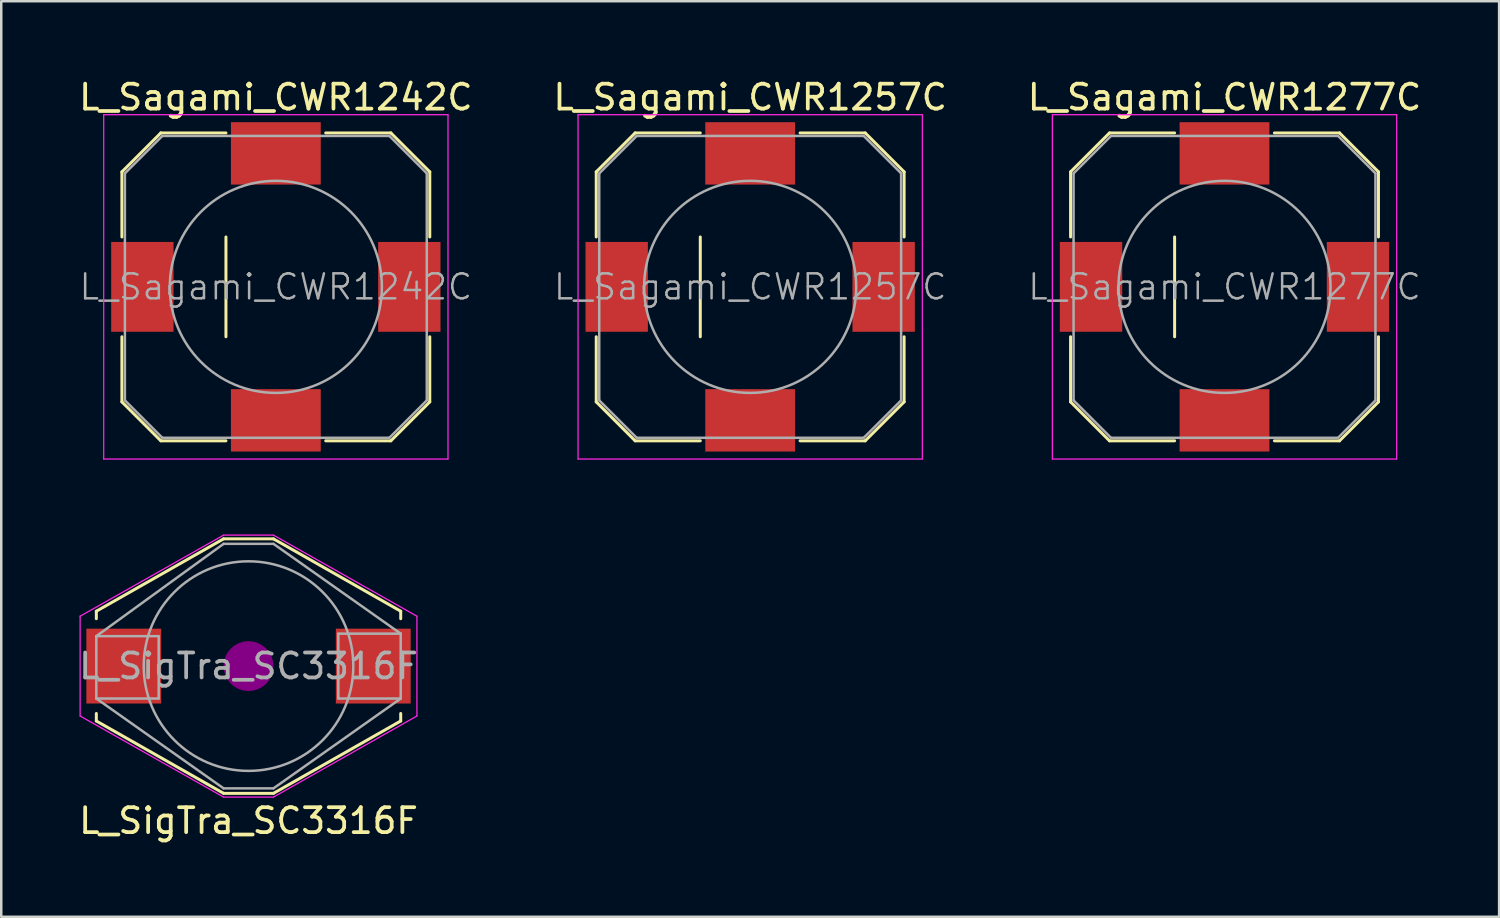
<source format=kicad_pcb>
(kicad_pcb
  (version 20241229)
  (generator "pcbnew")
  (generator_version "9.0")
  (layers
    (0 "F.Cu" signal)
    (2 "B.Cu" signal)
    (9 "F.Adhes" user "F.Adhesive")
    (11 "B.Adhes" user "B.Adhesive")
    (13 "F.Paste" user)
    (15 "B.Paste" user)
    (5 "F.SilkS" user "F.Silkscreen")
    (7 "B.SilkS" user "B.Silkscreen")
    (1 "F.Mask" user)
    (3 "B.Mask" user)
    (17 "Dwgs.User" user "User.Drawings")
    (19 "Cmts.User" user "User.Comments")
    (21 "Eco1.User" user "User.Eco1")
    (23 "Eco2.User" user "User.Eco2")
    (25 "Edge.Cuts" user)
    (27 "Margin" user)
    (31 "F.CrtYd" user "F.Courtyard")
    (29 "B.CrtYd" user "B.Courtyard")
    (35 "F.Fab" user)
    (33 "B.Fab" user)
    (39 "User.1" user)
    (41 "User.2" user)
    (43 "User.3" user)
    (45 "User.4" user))
  (footprint "L_SigTra_SC3316F"
    (layer "F.Cu")
    (at 6.911 23.648)
    (property "Reference" "L_SigTra_SC3316F" (at 0 6.2 0) (layer "F.SilkS") (effects (font (size 1 1) (thickness 0.15))))
    (attr smd)
    (fp_line (start -6.1 -2.2) (end -1 -5.1) (stroke (width 0.12) (type solid)) (layer "F.SilkS"))
    (fp_line (start -6.1 -1.9) (end -6.1 -2.2) (stroke (width 0.12) (type solid)) (layer "F.SilkS"))
    (fp_line (start -6.1 1.9) (end -6.1 2.2) (stroke (width 0.12) (type solid)) (layer "F.SilkS"))
    (fp_line (start -6.1 2.2) (end -1 5.1) (stroke (width 0.12) (type solid)) (layer "F.SilkS"))
    (fp_line (start 1 -5.1) (end -1 -5.1) (stroke (width 0.12) (type solid)) (layer "F.SilkS"))
    (fp_line (start 1 5.1) (end -1 5.1) (stroke (width 0.12) (type solid)) (layer "F.SilkS"))
    (fp_line (start 6.1 -2.2) (end 1 -5.1) (stroke (width 0.12) (type solid)) (layer "F.SilkS"))
    (fp_line (start 6.1 -1.9) (end 6.1 -2.2) (stroke (width 0.12) (type solid)) (layer "F.SilkS"))
    (fp_line (start 6.1 1.9) (end 6.1 2.2) (stroke (width 0.12) (type solid)) (layer "F.SilkS"))
    (fp_line (start 6.1 2.2) (end 1 5.1) (stroke (width 0.12) (type solid)) (layer "F.SilkS"))
    (fp_circle (center 0 0) (end 0.5 0) (stroke (width 1) (type solid)) (fill no) (layer "F.Adhes"))
    (fp_line (start -6.75 -2) (end -6.75 2) (stroke (width 0.05) (type solid)) (layer "F.CrtYd"))
    (fp_line (start -6.75 2) (end -1 5.25) (stroke (width 0.05) (type solid)) (layer "F.CrtYd"))
    (fp_line (start -1 -5.25) (end -6.75 -2) (stroke (width 0.05) (type solid)) (layer "F.CrtYd"))
    (fp_line (start -1 -5.25) (end 1 -5.25) (stroke (width 0.05) (type solid)) (layer "F.CrtYd"))
    (fp_line (start -1 5.25) (end 1 5.25) (stroke (width 0.05) (type solid)) (layer "F.CrtYd"))
    (fp_line (start 1 -5.25) (end 6.75 -2) (stroke (width 0.05) (type solid)) (layer "F.CrtYd"))
    (fp_line (start 1 5.25) (end 6.75 2) (stroke (width 0.05) (type solid)) (layer "F.CrtYd"))
    (fp_line (start 6.75 2) (end 6.75 -2) (stroke (width 0.05) (type solid)) (layer "F.CrtYd"))
    (fp_line (start -6.1 -1.2) (end -3.6 -1.2) (stroke (width 0.1) (type solid)) (layer "F.Fab"))
    (fp_line (start -6.1 1.3) (end -6.1 -1.2) (stroke (width 0.1) (type solid)) (layer "F.Fab"))
    (fp_line (start -3.6 -1.2) (end -3.6 0) (stroke (width 0.1) (type solid)) (layer "F.Fab"))
    (fp_line (start -3.6 0) (end -3.6 1.3) (stroke (width 0.1) (type solid)) (layer "F.Fab"))
    (fp_line (start -3.6 1.3) (end -6.1 1.3) (stroke (width 0.1) (type solid)) (layer "F.Fab"))
    (fp_line (start -1 -4.9) (end -6.1 -1.2) (stroke (width 0.1) (type solid)) (layer "F.Fab"))
    (fp_line (start -1 4.9) (end -6.1 1.3) (stroke (width 0.1) (type solid)) (layer "F.Fab"))
    (fp_line (start 1 -4.9) (end -1 -4.9) (stroke (width 0.1) (type solid)) (layer "F.Fab"))
    (fp_line (start 1 -4.9) (end 6.1 -1.3) (stroke (width 0.1) (type solid)) (layer "F.Fab"))
    (fp_line (start 1 4.9) (end -1 4.9) (stroke (width 0.1) (type solid)) (layer "F.Fab"))
    (fp_line (start 3.6 -1.3) (end 6.1 -1.3) (stroke (width 0.1) (type solid)) (layer "F.Fab"))
    (fp_line (start 3.6 1.3) (end 3.6 -1.3) (stroke (width 0.1) (type solid)) (layer "F.Fab"))
    (fp_line (start 6.1 -1.3) (end 6.1 1.3) (stroke (width 0.1) (type solid)) (layer "F.Fab"))
    (fp_line (start 6.1 1.3) (end 1 4.9) (stroke (width 0.1) (type solid)) (layer "F.Fab"))
    (fp_line (start 6.1 1.3) (end 3.6 1.3) (stroke (width 0.1) (type solid)) (layer "F.Fab"))
    (fp_circle (center 0 0) (end 4.2 0) (stroke (width 0.1) (type solid)) (fill no) (layer "F.Fab"))
    (fp_text user "${REFERENCE}" (at 0 0 0) (layer "F.Fab") (effects (font (size 1 1) (thickness 0.15))))
    (pad "1" smd rect (at -5 0) (size 3 3) (layers "F.Cu" "F.Mask" "F.Paste"))
    (pad "2" smd rect (at 5 0) (size 3 3) (layers "F.Cu" "F.Mask" "F.Paste")))
  (footprint "L_Sagami_CWR1257C"
    (layer "F.Cu")
    (at 27.018 8.448)
    (property "Reference" "L_Sagami_CWR1257C" (at 0 -7.6 0) (layer "F.SilkS") (effects (font (size 1 1) (thickness 0.15))))
    (attr smd)
    (fp_line (start -6.17 -4.61) (end -6.17 -2) (stroke (width 0.12) (type solid)) (layer "F.SilkS"))
    (fp_line (start -6.17 2) (end -6.17 4.61) (stroke (width 0.12) (type solid)) (layer "F.SilkS"))
    (fp_line (start -4.61 -6.17) (end -6.17 -4.61) (stroke (width 0.12) (type solid)) (layer "F.SilkS"))
    (fp_line (start -4.61 -6.17) (end -2 -6.17) (stroke (width 0.12) (type solid)) (layer "F.SilkS"))
    (fp_line (start -4.61 6.17) (end -6.17 4.61) (stroke (width 0.12) (type solid)) (layer "F.SilkS"))
    (fp_line (start -4.61 6.17) (end -2 6.17) (stroke (width 0.12) (type solid)) (layer "F.SilkS"))
    (fp_line (start -2 -2) (end -2 2) (stroke (width 0.12) (type solid)) (layer "F.SilkS"))
    (fp_line (start 2 6.17) (end 4.61 6.17) (stroke (width 0.12) (type solid)) (layer "F.SilkS"))
    (fp_line (start 4.61 -6.17) (end 2 -6.17) (stroke (width 0.12) (type solid)) (layer "F.SilkS"))
    (fp_line (start 4.61 -6.17) (end 6.17 -4.61) (stroke (width 0.12) (type solid)) (layer "F.SilkS"))
    (fp_line (start 4.61 6.17) (end 6.17 4.61) (stroke (width 0.12) (type solid)) (layer "F.SilkS"))
    (fp_line (start 6.17 -2) (end 6.17 -4.61) (stroke (width 0.12) (type solid)) (layer "F.SilkS"))
    (fp_line (start 6.17 4.61) (end 6.17 2) (stroke (width 0.12) (type solid)) (layer "F.SilkS"))
    (fp_line (start -6.9 -6.9) (end -6.9 6.9) (stroke (width 0.05) (type solid)) (layer "F.CrtYd"))
    (fp_line (start -6.9 -6.9) (end 6.9 -6.9) (stroke (width 0.05) (type solid)) (layer "F.CrtYd"))
    (fp_line (start -6.9 6.9) (end 6.9 6.9) (stroke (width 0.05) (type solid)) (layer "F.CrtYd"))
    (fp_line (start 6.9 -6.9) (end 6.9 6.9) (stroke (width 0.05) (type solid)) (layer "F.CrtYd"))
    (fp_line (start -6.05 -4.55) (end -4.55 -6.05) (stroke (width 0.1) (type solid)) (layer "F.Fab"))
    (fp_line (start -6.05 4.55) (end -6.05 -4.55) (stroke (width 0.1) (type solid)) (layer "F.Fab"))
    (fp_line (start -6.05 4.55) (end -4.55 6.05) (stroke (width 0.1) (type solid)) (layer "F.Fab"))
    (fp_line (start -4.55 -6.05) (end 4.55 -6.05) (stroke (width 0.1) (type solid)) (layer "F.Fab"))
    (fp_line (start 4.55 -6.05) (end 6.05 -4.55) (stroke (width 0.1) (type solid)) (layer "F.Fab"))
    (fp_line (start 4.55 6.05) (end -4.55 6.05) (stroke (width 0.1) (type solid)) (layer "F.Fab"))
    (fp_line (start 4.55 6.05) (end 6.05 4.55) (stroke (width 0.1) (type solid)) (layer "F.Fab"))
    (fp_line (start 6.05 -4.55) (end 6.05 4.55) (stroke (width 0.1) (type solid)) (layer "F.Fab"))
    (fp_circle (center 0 0) (end 4.25 0) (stroke (width 0.1) (type solid)) (fill no) (layer "F.Fab"))
    (fp_text user "${REFERENCE}" (at 0 0 0) (layer "F.Fab") (effects (font (size 1 1) (thickness 0.1))))
    (pad "1" smd rect (at -5.35 0) (size 2.5 3.6) (layers "F.Cu" "F.Mask" "F.Paste"))
    (pad "1" smd rect (at 0 5.35) (size 3.6 2.5) (layers "F.Cu" "F.Mask" "F.Paste"))
    (pad "2" smd rect (at 0 -5.35) (size 3.6 2.5) (layers "F.Cu" "F.Mask" "F.Paste"))
    (pad "2" smd rect (at 5.35 0) (size 2.5 3.6) (layers "F.Cu" "F.Mask" "F.Paste")))
  (footprint "L_Sagami_CWR1242C"
    (layer "F.Cu")
    (at 8.006 8.448)
    (property "Reference" "L_Sagami_CWR1242C" (at 0 -7.6 0) (layer "F.SilkS") (effects (font (size 1 1) (thickness 0.15))))
    (attr smd)
    (fp_line (start -6.17 -4.61) (end -6.17 -2) (stroke (width 0.12) (type solid)) (layer "F.SilkS"))
    (fp_line (start -6.17 2) (end -6.17 4.61) (stroke (width 0.12) (type solid)) (layer "F.SilkS"))
    (fp_line (start -4.61 -6.17) (end -6.17 -4.61) (stroke (width 0.12) (type solid)) (layer "F.SilkS"))
    (fp_line (start -4.61 -6.17) (end -2 -6.17) (stroke (width 0.12) (type solid)) (layer "F.SilkS"))
    (fp_line (start -4.61 6.17) (end -6.17 4.61) (stroke (width 0.12) (type solid)) (layer "F.SilkS"))
    (fp_line (start -4.61 6.17) (end -2 6.17) (stroke (width 0.12) (type solid)) (layer "F.SilkS"))
    (fp_line (start -2 -2) (end -2 2) (stroke (width 0.12) (type solid)) (layer "F.SilkS"))
    (fp_line (start 2 6.17) (end 4.61 6.17) (stroke (width 0.12) (type solid)) (layer "F.SilkS"))
    (fp_line (start 4.61 -6.17) (end 2 -6.17) (stroke (width 0.12) (type solid)) (layer "F.SilkS"))
    (fp_line (start 4.61 -6.17) (end 6.17 -4.61) (stroke (width 0.12) (type solid)) (layer "F.SilkS"))
    (fp_line (start 4.61 6.17) (end 6.17 4.61) (stroke (width 0.12) (type solid)) (layer "F.SilkS"))
    (fp_line (start 6.17 -2) (end 6.17 -4.61) (stroke (width 0.12) (type solid)) (layer "F.SilkS"))
    (fp_line (start 6.17 4.61) (end 6.17 2) (stroke (width 0.12) (type solid)) (layer "F.SilkS"))
    (fp_line (start -6.9 -6.9) (end -6.9 6.9) (stroke (width 0.05) (type solid)) (layer "F.CrtYd"))
    (fp_line (start -6.9 -6.9) (end 6.9 -6.9) (stroke (width 0.05) (type solid)) (layer "F.CrtYd"))
    (fp_line (start -6.9 6.9) (end 6.9 6.9) (stroke (width 0.05) (type solid)) (layer "F.CrtYd"))
    (fp_line (start 6.9 -6.9) (end 6.9 6.9) (stroke (width 0.05) (type solid)) (layer "F.CrtYd"))
    (fp_line (start -6.05 -4.55) (end -4.55 -6.05) (stroke (width 0.1) (type solid)) (layer "F.Fab"))
    (fp_line (start -6.05 4.55) (end -6.05 -4.55) (stroke (width 0.1) (type solid)) (layer "F.Fab"))
    (fp_line (start -6.05 4.55) (end -4.55 6.05) (stroke (width 0.1) (type solid)) (layer "F.Fab"))
    (fp_line (start -4.55 -6.05) (end 4.55 -6.05) (stroke (width 0.1) (type solid)) (layer "F.Fab"))
    (fp_line (start 4.55 -6.05) (end 6.05 -4.55) (stroke (width 0.1) (type solid)) (layer "F.Fab"))
    (fp_line (start 4.55 6.05) (end -4.55 6.05) (stroke (width 0.1) (type solid)) (layer "F.Fab"))
    (fp_line (start 4.55 6.05) (end 6.05 4.55) (stroke (width 0.1) (type solid)) (layer "F.Fab"))
    (fp_line (start 6.05 -4.55) (end 6.05 4.55) (stroke (width 0.1) (type solid)) (layer "F.Fab"))
    (fp_circle (center 0 0) (end 4.25 0) (stroke (width 0.1) (type solid)) (fill no) (layer "F.Fab"))
    (fp_text user "${REFERENCE}" (at 0 0 0) (layer "F.Fab") (effects (font (size 1 1) (thickness 0.1))))
    (pad "1" smd rect (at -5.35 0) (size 2.5 3.6) (layers "F.Cu" "F.Mask" "F.Paste"))
    (pad "1" smd rect (at 0 5.35) (size 3.6 2.5) (layers "F.Cu" "F.Mask" "F.Paste"))
    (pad "2" smd rect (at 0 -5.35) (size 3.6 2.5) (layers "F.Cu" "F.Mask" "F.Paste"))
    (pad "2" smd rect (at 5.35 0) (size 2.5 3.6) (layers "F.Cu" "F.Mask" "F.Paste")))
  (footprint "L_Sagami_CWR1277C"
    (layer "F.Cu")
    (at 46.03 8.448)
    (property "Reference" "L_Sagami_CWR1277C" (at 0 -7.6 0) (layer "F.SilkS") (effects (font (size 1 1) (thickness 0.15))))
    (attr smd)
    (fp_line (start -6.17 -4.61) (end -6.17 -2) (stroke (width 0.12) (type solid)) (layer "F.SilkS"))
    (fp_line (start -6.17 2) (end -6.17 4.61) (stroke (width 0.12) (type solid)) (layer "F.SilkS"))
    (fp_line (start -4.61 -6.17) (end -6.17 -4.61) (stroke (width 0.12) (type solid)) (layer "F.SilkS"))
    (fp_line (start -4.61 -6.17) (end -2 -6.17) (stroke (width 0.12) (type solid)) (layer "F.SilkS"))
    (fp_line (start -4.61 6.17) (end -6.17 4.61) (stroke (width 0.12) (type solid)) (layer "F.SilkS"))
    (fp_line (start -4.61 6.17) (end -2 6.17) (stroke (width 0.12) (type solid)) (layer "F.SilkS"))
    (fp_line (start -2 -2) (end -2 2) (stroke (width 0.12) (type solid)) (layer "F.SilkS"))
    (fp_line (start 2 6.17) (end 4.61 6.17) (stroke (width 0.12) (type solid)) (layer "F.SilkS"))
    (fp_line (start 4.61 -6.17) (end 2 -6.17) (stroke (width 0.12) (type solid)) (layer "F.SilkS"))
    (fp_line (start 4.61 -6.17) (end 6.17 -4.61) (stroke (width 0.12) (type solid)) (layer "F.SilkS"))
    (fp_line (start 4.61 6.17) (end 6.17 4.61) (stroke (width 0.12) (type solid)) (layer "F.SilkS"))
    (fp_line (start 6.17 -2) (end 6.17 -4.61) (stroke (width 0.12) (type solid)) (layer "F.SilkS"))
    (fp_line (start 6.17 4.61) (end 6.17 2) (stroke (width 0.12) (type solid)) (layer "F.SilkS"))
    (fp_line (start -6.9 -6.9) (end -6.9 6.9) (stroke (width 0.05) (type solid)) (layer "F.CrtYd"))
    (fp_line (start -6.9 -6.9) (end 6.9 -6.9) (stroke (width 0.05) (type solid)) (layer "F.CrtYd"))
    (fp_line (start -6.9 6.9) (end 6.9 6.9) (stroke (width 0.05) (type solid)) (layer "F.CrtYd"))
    (fp_line (start 6.9 -6.9) (end 6.9 6.9) (stroke (width 0.05) (type solid)) (layer "F.CrtYd"))
    (fp_line (start -6.05 -4.55) (end -4.55 -6.05) (stroke (width 0.1) (type solid)) (layer "F.Fab"))
    (fp_line (start -6.05 4.55) (end -6.05 -4.55) (stroke (width 0.1) (type solid)) (layer "F.Fab"))
    (fp_line (start -6.05 4.55) (end -4.55 6.05) (stroke (width 0.1) (type solid)) (layer "F.Fab"))
    (fp_line (start -4.55 -6.05) (end 4.55 -6.05) (stroke (width 0.1) (type solid)) (layer "F.Fab"))
    (fp_line (start 4.55 -6.05) (end 6.05 -4.55) (stroke (width 0.1) (type solid)) (layer "F.Fab"))
    (fp_line (start 4.55 6.05) (end -4.55 6.05) (stroke (width 0.1) (type solid)) (layer "F.Fab"))
    (fp_line (start 4.55 6.05) (end 6.05 4.55) (stroke (width 0.1) (type solid)) (layer "F.Fab"))
    (fp_line (start 6.05 -4.55) (end 6.05 4.55) (stroke (width 0.1) (type solid)) (layer "F.Fab"))
    (fp_circle (center 0 0) (end 4.25 0) (stroke (width 0.1) (type solid)) (fill no) (layer "F.Fab"))
    (fp_text user "${REFERENCE}" (at 0 0 0) (layer "F.Fab") (effects (font (size 1 1) (thickness 0.1))))
    (pad "1" smd rect (at -5.35 0) (size 2.5 3.6) (layers "F.Cu" "F.Mask" "F.Paste"))
    (pad "1" smd rect (at 0 5.35) (size 3.6 2.5) (layers "F.Cu" "F.Mask" "F.Paste"))
    (pad "2" smd rect (at 0 -5.35) (size 3.6 2.5) (layers "F.Cu" "F.Mask" "F.Paste"))
    (pad "2" smd rect (at 5.35 0) (size 2.5 3.6) (layers "F.Cu" "F.Mask" "F.Paste")))
  (gr_rect
    (start -3 -3)
    (end 57.036 33.697)
    (stroke (width 0.1) (type default))
    (fill no)
    (layer "Edge.Cuts")))
</source>
